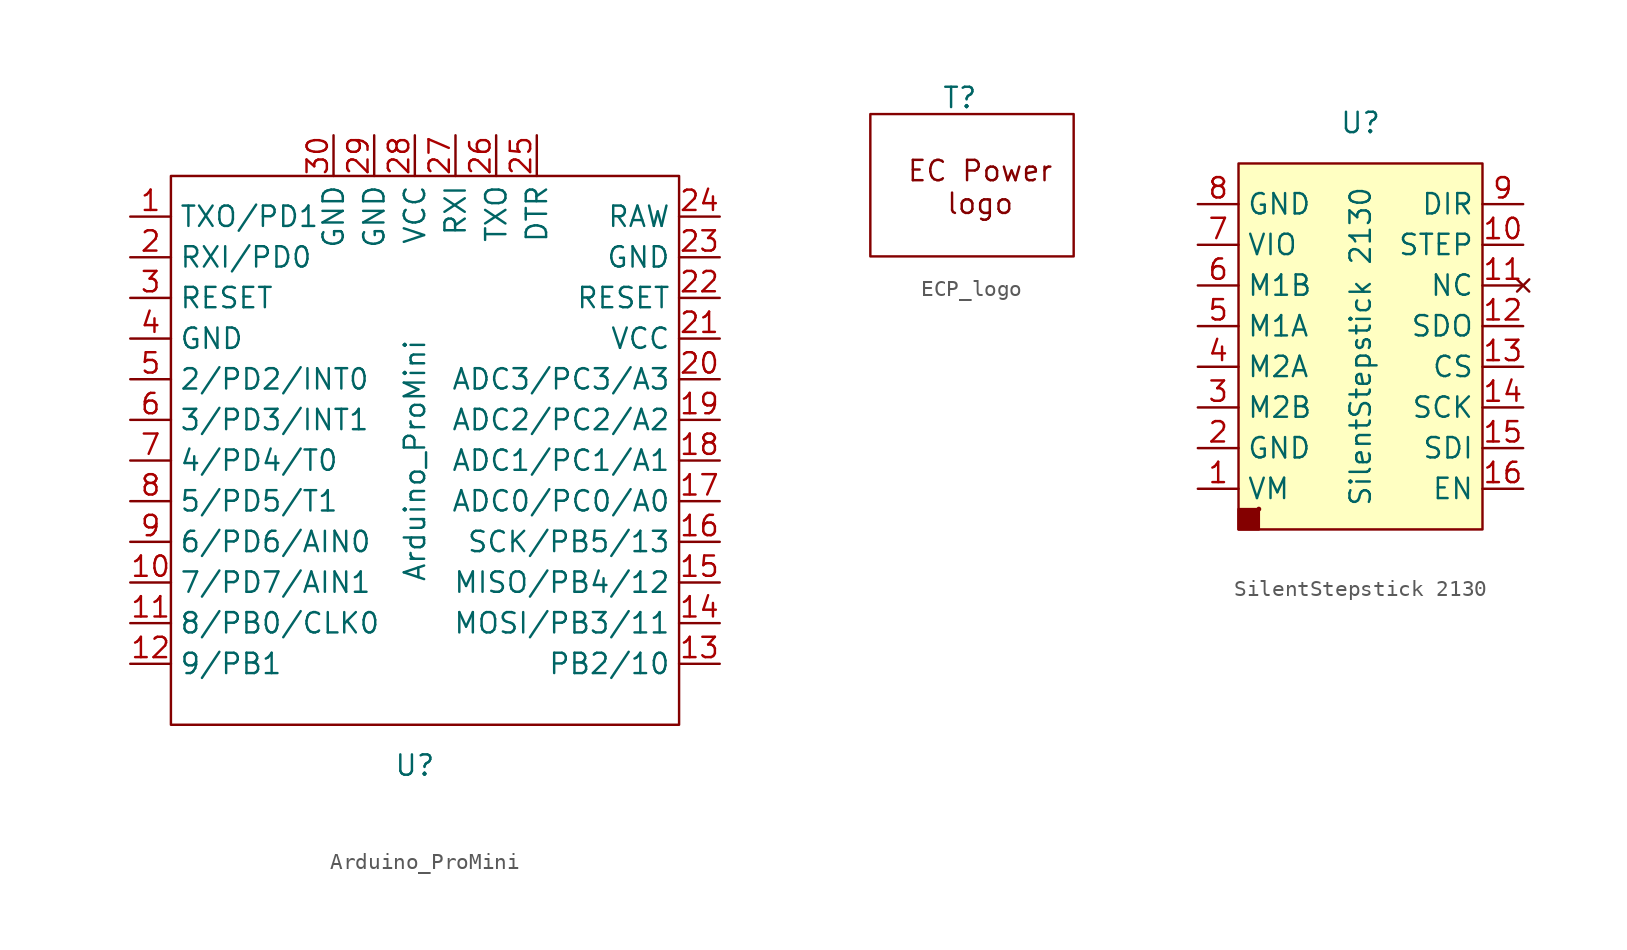
<source format=kicad_sym>
(kicad_symbol_lib
  (version 20231120)
  (generator "kicad_symbol_editor")
  (generator_version "8.0")
  (symbol "Arduino_ProMini"
    (property "Reference" "U"
      (at -1.27 -36.83 0)
      (effects (font (size 1.27 1.27))))
    (property "Value" "Arduino_ProMini"
      (at -1.27 -17.78 90)
      (effects (font (size 1.27 1.27))))
    (symbol "Arduino_ProMini_0_1"
      (rectangle (start -16.51 0) (end 15.24 -34.29) (stroke (width 0.152) (type default)) (fill (type none))))
    (symbol "Arduino_ProMini_1_1"
      (pin unspecified line (at -19.05 -2.54 0) (length 2.54) (name "TXO/PD1" (effects (font (size 1.27 1.27)))) (number "1" (effects (font (size 1.27 1.27)))))
      (pin unspecified line (at -19.05 -25.4 0) (length 2.54) (name "7/PD7/AIN1" (effects (font (size 1.27 1.27)))) (number "10" (effects (font (size 1.27 1.27)))))
      (pin unspecified line (at -19.05 -27.94 0) (length 2.54) (name "8/PB0/CLK0" (effects (font (size 1.27 1.27)))) (number "11" (effects (font (size 1.27 1.27)))))
      (pin unspecified line (at -19.05 -30.48 0) (length 2.54) (name "9/PB1" (effects (font (size 1.27 1.27)))) (number "12" (effects (font (size 1.27 1.27)))))
      (pin unspecified line (at 17.78 -30.48 180) (length 2.54) (name "PB2/10" (effects (font (size 1.27 1.27)))) (number "13" (effects (font (size 1.27 1.27)))))
      (pin unspecified line (at 17.78 -27.94 180) (length 2.54) (name "MOSI/PB3/11" (effects (font (size 1.27 1.27)))) (number "14" (effects (font (size 1.27 1.27)))))
      (pin unspecified line (at 17.78 -25.4 180) (length 2.54) (name "MISO/PB4/12" (effects (font (size 1.27 1.27)))) (number "15" (effects (font (size 1.27 1.27)))))
      (pin unspecified line (at 17.78 -22.86 180) (length 2.54) (name "SCK/PB5/13" (effects (font (size 1.27 1.27)))) (number "16" (effects (font (size 1.27 1.27)))))
      (pin unspecified line (at 17.78 -20.32 180) (length 2.54) (name "ADC0/PC0/A0" (effects (font (size 1.27 1.27)))) (number "17" (effects (font (size 1.27 1.27)))))
      (pin unspecified line (at 17.78 -17.78 180) (length 2.54) (name "ADC1/PC1/A1" (effects (font (size 1.27 1.27)))) (number "18" (effects (font (size 1.27 1.27)))))
      (pin unspecified line (at 17.78 -15.24 180) (length 2.54) (name "ADC2/PC2/A2" (effects (font (size 1.27 1.27)))) (number "19" (effects (font (size 1.27 1.27)))))
      (pin unspecified line (at -19.05 -5.08 0) (length 2.54) (name "RXI/PD0" (effects (font (size 1.27 1.27)))) (number "2" (effects (font (size 1.27 1.27)))))
      (pin unspecified line (at 17.78 -12.7 180) (length 2.54) (name "ADC3/PC3/A3" (effects (font (size 1.27 1.27)))) (number "20" (effects (font (size 1.27 1.27)))))
      (pin unspecified line (at 17.78 -10.16 180) (length 2.54) (name "VCC" (effects (font (size 1.27 1.27)))) (number "21" (effects (font (size 1.27 1.27)))))
      (pin unspecified line (at 17.78 -7.62 180) (length 2.54) (name "RESET" (effects (font (size 1.27 1.27)))) (number "22" (effects (font (size 1.27 1.27)))))
      (pin unspecified line (at 17.78 -5.08 180) (length 2.54) (name "GND" (effects (font (size 1.27 1.27)))) (number "23" (effects (font (size 1.27 1.27)))))
      (pin unspecified line (at 17.78 -2.54 180) (length 2.54) (name "RAW" (effects (font (size 1.27 1.27)))) (number "24" (effects (font (size 1.27 1.27)))))
      (pin unspecified line (at 6.35 2.54 270) (length 2.54) (name "DTR" (effects (font (size 1.27 1.27)))) (number "25" (effects (font (size 1.27 1.27)))))
      (pin unspecified line (at 3.81 2.54 270) (length 2.54) (name "TXO" (effects (font (size 1.27 1.27)))) (number "26" (effects (font (size 1.27 1.27)))))
      (pin unspecified line (at 1.27 2.54 270) (length 2.54) (name "RXI" (effects (font (size 1.27 1.27)))) (number "27" (effects (font (size 1.27 1.27)))))
      (pin unspecified line (at -1.27 2.54 270) (length 2.54) (name "VCC" (effects (font (size 1.27 1.27)))) (number "28" (effects (font (size 1.27 1.27)))))
      (pin unspecified line (at -3.81 2.54 270) (length 2.54) (name "GND" (effects (font (size 1.27 1.27)))) (number "29" (effects (font (size 1.27 1.27)))))
      (pin unspecified line (at -19.05 -7.62 0) (length 2.54) (name "RESET" (effects (font (size 1.27 1.27)))) (number "3" (effects (font (size 1.27 1.27)))))
      (pin unspecified line (at -6.35 2.54 270) (length 2.54) (name "GND" (effects (font (size 1.27 1.27)))) (number "30" (effects (font (size 1.27 1.27)))))
      (pin unspecified line (at -19.05 -10.16 0) (length 2.54) (name "GND" (effects (font (size 1.27 1.27)))) (number "4" (effects (font (size 1.27 1.27)))))
      (pin unspecified line (at -19.05 -12.7 0) (length 2.54) (name "2/PD2/INT0" (effects (font (size 1.27 1.27)))) (number "5" (effects (font (size 1.27 1.27)))))
      (pin unspecified line (at -19.05 -15.24 0) (length 2.54) (name "3/PD3/INT1" (effects (font (size 1.27 1.27)))) (number "6" (effects (font (size 1.27 1.27)))))
      (pin unspecified line (at -19.05 -17.78 0) (length 2.54) (name "4/PD4/T0" (effects (font (size 1.27 1.27)))) (number "7" (effects (font (size 1.27 1.27)))))
      (pin unspecified line (at -19.05 -20.32 0) (length 2.54) (name "5/PD5/T1" (effects (font (size 1.27 1.27)))) (number "8" (effects (font (size 1.27 1.27)))))
      (pin unspecified line (at -19.05 -22.86 0) (length 2.54) (name "6/PD6/AIN0" (effects (font (size 1.27 1.27)))) (number "9" (effects (font (size 1.27 1.27)))))))
  (symbol "ECP_logo"
    (property "Reference" "T"
      (at -0.762 8.636 0)
      (effects (font (size 1.27 1.27))))
    (property "Value" ""
      (at 0 0 0)
      (effects (font (size 1.27 1.27))))
    (symbol "ECP_logo_0_1"
      (rectangle (start -6.35 7.62) (end 6.35 -1.27) (stroke (width 0) (type default)) (fill (type none))))
    (symbol "ECP_logo_1_1"
      (text "EC Power\nlogo" (at 0.508 3.048 0) (effects (font (size 1.27 1.27))))))
  (symbol "SilentStepstick 2130"
    (property "Reference" "U"
      (at 0 0 0)
      (effects (font (size 1.27 1.27))))
    (property "Value" "SilentStepstick 2130"
      (at 0 -13.97 90)
      (effects (font (size 1.27 1.27))))
    (symbol "SilentStepstick 2130_0_1"
      (rectangle (start -7.62 -2.54) (end 7.62 -25.4) (stroke (width 0.152) (type default)) (fill (type background)))
      (rectangle (start -6.35 -24.13) (end -7.62 -25.4) (stroke (width 0.152) (type default)) (fill (type outline)))
      (circle (center -6.35 -24.13) (radius 0.0001) (stroke (width 0.152) (type default)) (fill (type none))))
    (symbol "SilentStepstick 2130_1_1"
      (pin unspecified line (at -10.16 -22.86 0) (length 2.54) (name "VM" (effects (font (size 1.27 1.27)))) (number "1" (effects (font (size 1.27 1.27)))))
      (pin input line (at 10.16 -7.62 180) (length 2.54) (name "STEP" (effects (font (size 1.27 1.27)))) (number "10" (effects (font (size 1.27 1.27)))))
      (pin no_connect line (at 10.16 -10.16 180) (length 2.54) (name "NC" (effects (font (size 1.27 1.27)))) (number "11" (effects (font (size 1.27 1.27)))))
      (pin output line (at 10.16 -12.7 180) (length 2.54) (name "SDO" (effects (font (size 1.27 1.27)))) (number "12" (effects (font (size 1.27 1.27)))))
      (pin input line (at 10.16 -15.24 180) (length 2.54) (name "CS" (effects (font (size 1.27 1.27)))) (number "13" (effects (font (size 1.27 1.27)))))
      (pin input line (at 10.16 -17.78 180) (length 2.54) (name "SCK" (effects (font (size 1.27 1.27)))) (number "14" (effects (font (size 1.27 1.27)))))
      (pin input line (at 10.16 -20.32 180) (length 2.54) (name "SDI" (effects (font (size 1.27 1.27)))) (number "15" (effects (font (size 1.27 1.27)))))
      (pin input line (at 10.16 -22.86 180) (length 2.54) (name "EN" (effects (font (size 1.27 1.27)))) (number "16" (effects (font (size 1.27 1.27)))))
      (pin unspecified line (at -10.16 -20.32 0) (length 2.54) (name "GND" (effects (font (size 1.27 1.27)))) (number "2" (effects (font (size 1.27 1.27)))))
      (pin passive line (at -10.16 -17.78 0) (length 2.54) (name "M2B" (effects (font (size 1.27 1.27)))) (number "3" (effects (font (size 1.27 1.27)))))
      (pin passive line (at -10.16 -15.24 0) (length 2.54) (name "M2A" (effects (font (size 1.27 1.27)))) (number "4" (effects (font (size 1.27 1.27)))))
      (pin passive line (at -10.16 -12.7 0) (length 2.54) (name "M1A" (effects (font (size 1.27 1.27)))) (number "5" (effects (font (size 1.27 1.27)))))
      (pin passive line (at -10.16 -10.16 0) (length 2.54) (name "M1B" (effects (font (size 1.27 1.27)))) (number "6" (effects (font (size 1.27 1.27)))))
      (pin unspecified line (at -10.16 -7.62 0) (length 2.54) (name "VIO" (effects (font (size 1.27 1.27)))) (number "7" (effects (font (size 1.27 1.27)))))
      (pin unspecified line (at -10.16 -5.08 0) (length 2.54) (name "GND" (effects (font (size 1.27 1.27)))) (number "8" (effects (font (size 1.27 1.27)))))
      (pin input line (at 10.16 -5.08 180) (length 2.54) (name "DIR" (effects (font (size 1.27 1.27)))) (number "9" (effects (font (size 1.27 1.27))))))))
</source>
